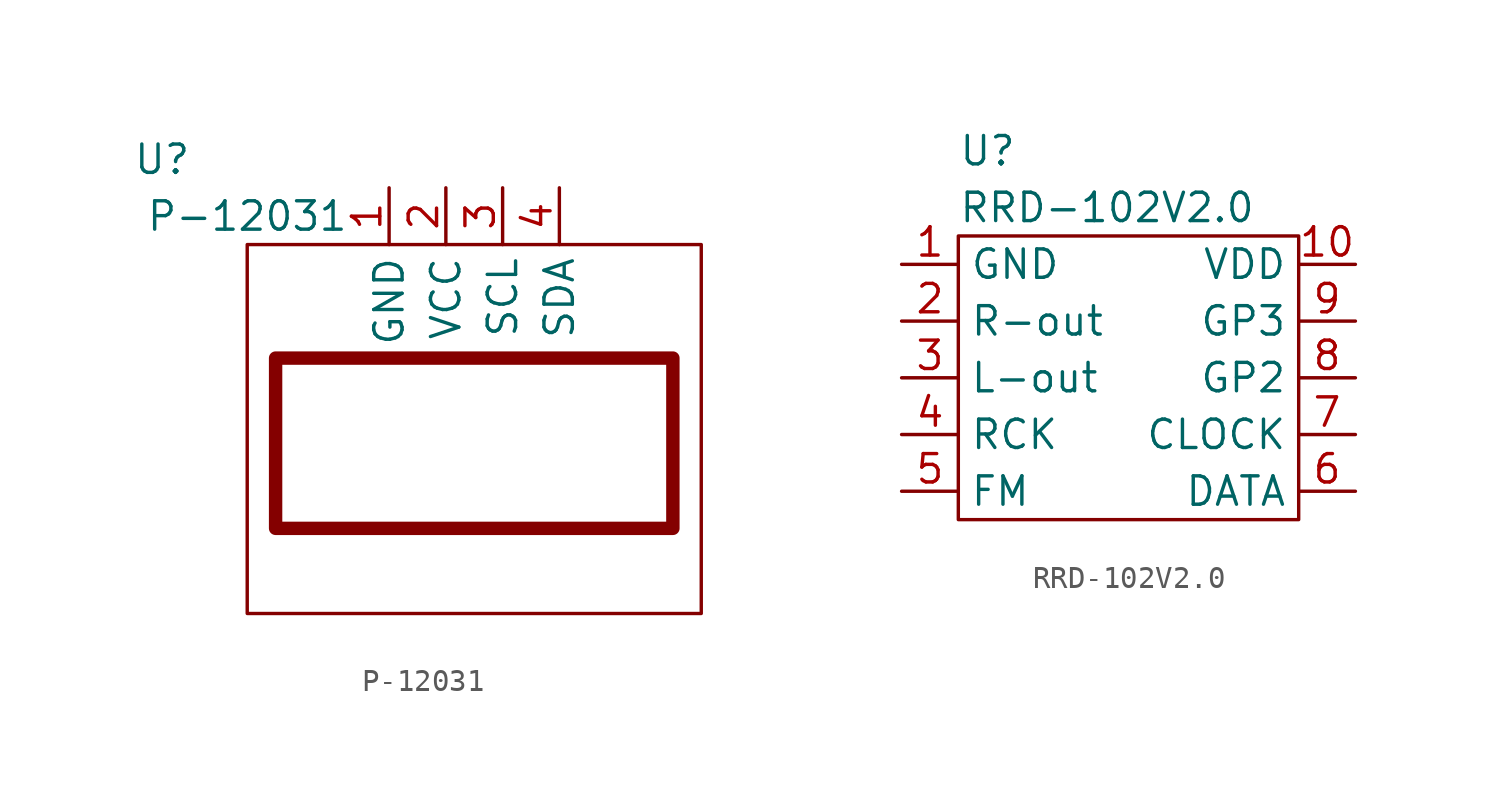
<source format=kicad_sym>
(kicad_symbol_lib
  (version 20211014)
  (generator kicad_symbol_editor)
  (symbol "P-12031"
    (property "Reference" "U"
      (at -13.97 11.43 0)
      (effects (font (size 1.27 1.27))))
    (property "Value" "P-12031"
      (at -10.16 8.89 0)
      (effects (font (size 1.27 1.27))))
    (symbol "P-12031_0_1"
      (rectangle (start -10.16 7.62) (end 10.16 -8.89) (stroke (width 0) (type default) (color 0 0 0 0)) (fill (type none)))
      (rectangle (start -8.89 2.54) (end 8.89 -5.08) (stroke (width 0.6) (type default) (color 0 0 0 0)) (fill (type none))))
    (symbol "P-12031_1_1"
      (pin power_in line (at -3.81 10.16 270) (length 2.54) (name "GND" (effects (font (size 1.27 1.27)))) (number "1" (effects (font (size 1.27 1.27)))))
      (pin power_in line (at -1.27 10.16 270) (length 2.54) (name "VCC" (effects (font (size 1.27 1.27)))) (number "2" (effects (font (size 1.27 1.27)))))
      (pin input line (at 1.27 10.16 270) (length 2.54) (name "SCL" (effects (font (size 1.27 1.27)))) (number "3" (effects (font (size 1.27 1.27)))))
      (pin bidirectional line (at 3.81 10.16 270) (length 2.54) (name "SDA" (effects (font (size 1.27 1.27)))) (number "4" (effects (font (size 1.27 1.27)))))))
  (symbol "RRD-102V2.0"
    (property "Reference" "U"
      (at -7.62 7.62 0)
      (effects (font (size 1.27 1.27)) (justify left)))
    (property "Value" "RRD-102V2.0"
      (at -7.62 5.08 0)
      (effects (font (size 1.27 1.27)) (justify left)))
    (symbol "RRD-102V2.0_0_1"
      (rectangle (start -7.62 3.81) (end 7.62 -8.89) (stroke (width 0) (type default) (color 0 0 0 0)) (fill (type none))))
    (symbol "RRD-102V2.0_1_1"
      (pin power_in line (at -10.16 2.54 0) (length 2.54) (name "GND" (effects (font (size 1.27 1.27)))) (number "1" (effects (font (size 1.27 1.27)))))
      (pin power_in line (at 10.16 2.54 180) (length 2.54) (name "VDD" (effects (font (size 1.27 1.27)))) (number "10" (effects (font (size 1.27 1.27)))))
      (pin output line (at -10.16 0 0) (length 2.54) (name "R-out" (effects (font (size 1.27 1.27)))) (number "2" (effects (font (size 1.27 1.27)))))
      (pin output line (at -10.16 -2.54 0) (length 2.54) (name "L-out" (effects (font (size 1.27 1.27)))) (number "3" (effects (font (size 1.27 1.27)))))
      (pin input line (at -10.16 -5.08 0) (length 2.54) (name "RCK" (effects (font (size 1.27 1.27)))) (number "4" (effects (font (size 1.27 1.27)))))
      (pin input line (at -10.16 -7.62 0) (length 2.54) (name "FM" (effects (font (size 1.27 1.27)))) (number "5" (effects (font (size 1.27 1.27)))))
      (pin bidirectional line (at 10.16 -7.62 180) (length 2.54) (name "DATA" (effects (font (size 1.27 1.27)))) (number "6" (effects (font (size 1.27 1.27)))))
      (pin input line (at 10.16 -5.08 180) (length 2.54) (name "CLOCK" (effects (font (size 1.27 1.27)))) (number "7" (effects (font (size 1.27 1.27)))))
      (pin bidirectional line (at 10.16 -2.54 180) (length 2.54) (name "GP2" (effects (font (size 1.27 1.27)))) (number "8" (effects (font (size 1.27 1.27)))))
      (pin bidirectional line (at 10.16 0 180) (length 2.54) (name "GP3" (effects (font (size 1.27 1.27)))) (number "9" (effects (font (size 1.27 1.27))))))))
</source>
